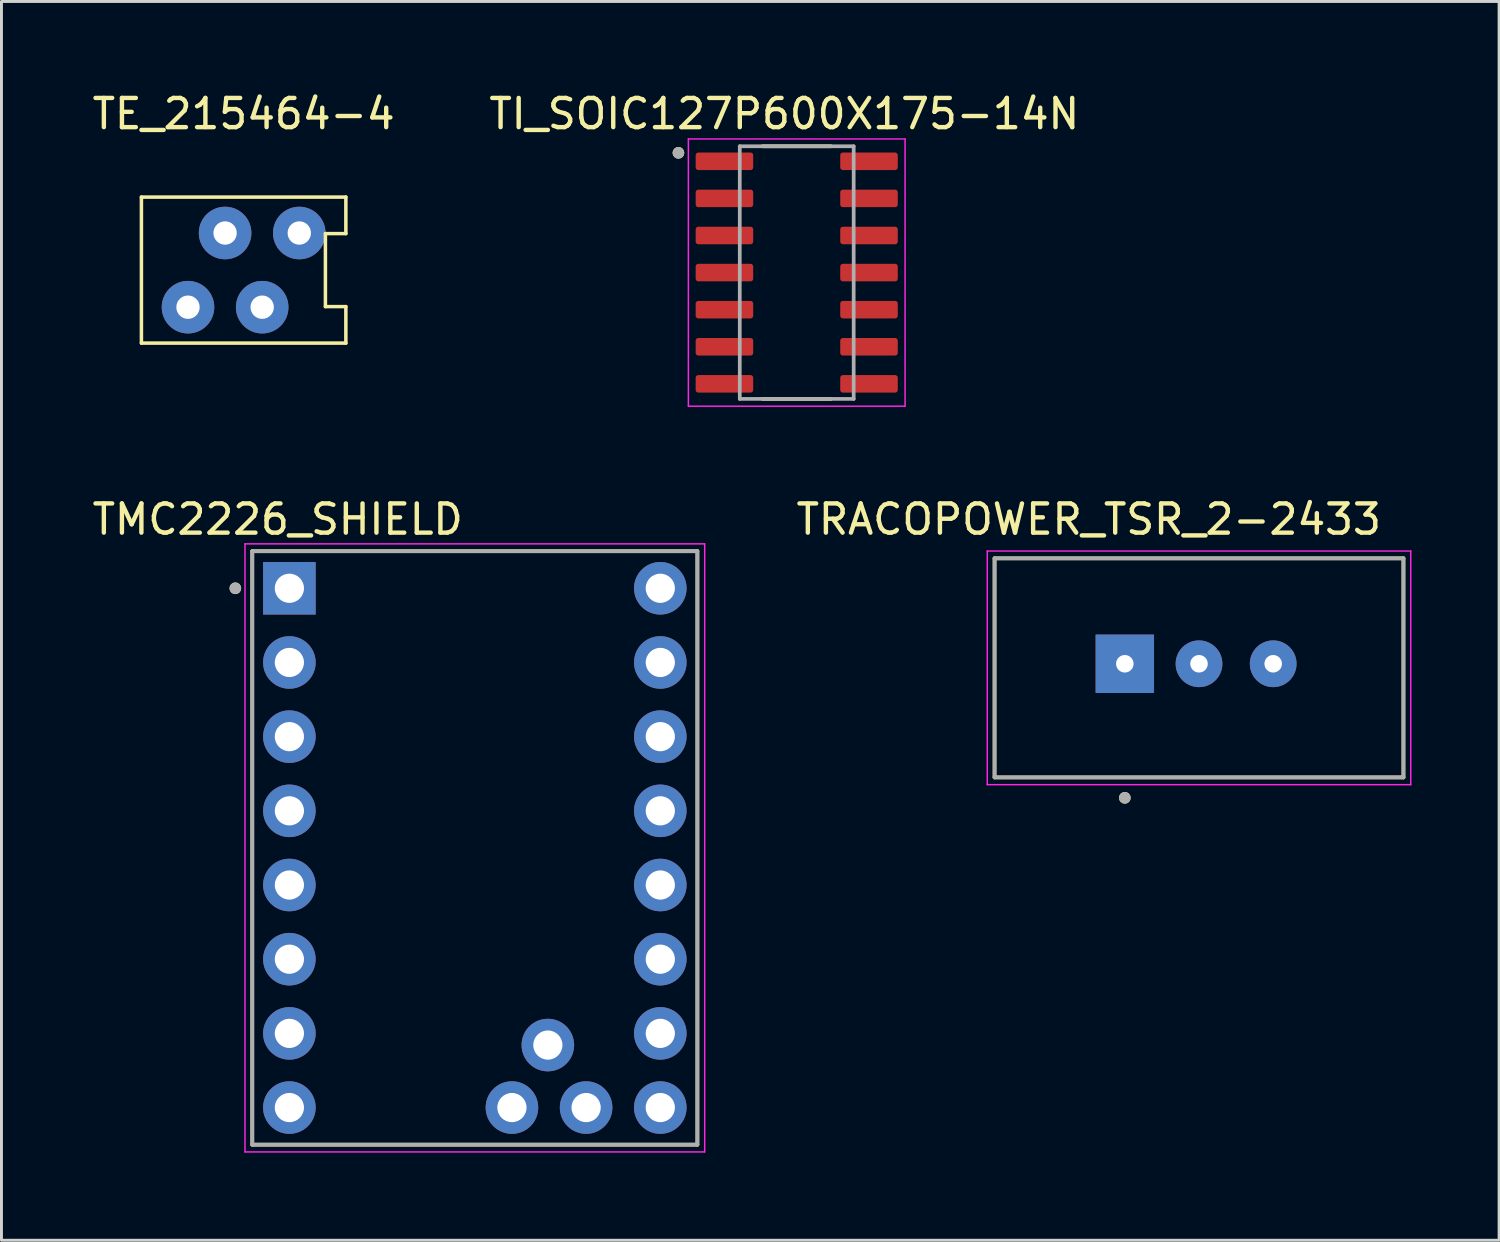
<source format=kicad_pcb>
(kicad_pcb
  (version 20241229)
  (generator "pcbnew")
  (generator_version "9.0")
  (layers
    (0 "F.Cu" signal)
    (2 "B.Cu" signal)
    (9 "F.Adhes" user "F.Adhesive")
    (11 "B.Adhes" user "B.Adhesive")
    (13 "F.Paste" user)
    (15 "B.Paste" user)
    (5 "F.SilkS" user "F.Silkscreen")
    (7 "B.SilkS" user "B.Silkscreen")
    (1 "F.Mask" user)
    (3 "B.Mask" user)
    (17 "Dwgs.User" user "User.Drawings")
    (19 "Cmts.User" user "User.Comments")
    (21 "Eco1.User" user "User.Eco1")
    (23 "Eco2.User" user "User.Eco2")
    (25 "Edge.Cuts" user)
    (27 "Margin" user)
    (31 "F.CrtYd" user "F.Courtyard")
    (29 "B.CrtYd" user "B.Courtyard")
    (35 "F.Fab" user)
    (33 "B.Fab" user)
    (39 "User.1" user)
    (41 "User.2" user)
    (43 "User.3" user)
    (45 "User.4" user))
  (footprint "TMC2226_SHIELD"
    (layer "F.Cu")
    (at 13.208 25.982)
    (property "Reference" "TMC2226_SHIELD" (at -6.75 -11.25 0) (layer "F.SilkS") (effects (font (size 1 1) (thickness 0.15))))
    (attr through_hole)
    (fp_line (start -7.62 -10.16) (end 7.62 -10.16) (stroke (width 0.127) (type solid)) (layer "F.SilkS"))
    (fp_line (start -7.62 10.16) (end -7.62 -10.16) (stroke (width 0.127) (type solid)) (layer "F.SilkS"))
    (fp_line (start 7.62 -10.16) (end 7.62 10.16) (stroke (width 0.127) (type solid)) (layer "F.SilkS"))
    (fp_line (start 7.62 10.16) (end -7.62 10.16) (stroke (width 0.127) (type solid)) (layer "F.SilkS"))
    (fp_circle (center -8.2 -8.89) (end -8.1 -8.89) (stroke (width 0.2) (type solid)) (fill no) (layer "F.SilkS"))
    (fp_line (start -7.87 -10.41) (end 7.87 -10.41) (stroke (width 0.05) (type solid)) (layer "F.CrtYd"))
    (fp_line (start -7.87 10.41) (end -7.87 -10.41) (stroke (width 0.05) (type solid)) (layer "F.CrtYd"))
    (fp_line (start 7.87 -10.41) (end 7.87 10.41) (stroke (width 0.05) (type solid)) (layer "F.CrtYd"))
    (fp_line (start 7.87 10.41) (end -7.87 10.41) (stroke (width 0.05) (type solid)) (layer "F.CrtYd"))
    (fp_line (start -7.62 -10.16) (end 7.62 -10.16) (stroke (width 0.127) (type solid)) (layer "F.Fab"))
    (fp_line (start -7.62 10.16) (end -7.62 -10.16) (stroke (width 0.127) (type solid)) (layer "F.Fab"))
    (fp_line (start 7.62 -10.16) (end 7.62 10.16) (stroke (width 0.127) (type solid)) (layer "F.Fab"))
    (fp_line (start 7.62 10.16) (end -7.62 10.16) (stroke (width 0.127) (type solid)) (layer "F.Fab"))
    (fp_circle (center -8.2 -8.89) (end -8.1 -8.89) (stroke (width 0.2) (type solid)) (fill no) (layer "F.Fab"))
    (pad "1" thru_hole rect (at -6.35 -8.89) (size 1.8 1.8) (drill 1) (layers "*.Cu" "*.Mask"))
    (pad "2" thru_hole circle (at -6.35 -6.35) (size 1.8 1.8) (drill 1) (layers "*.Cu" "*.Mask"))
    (pad "3" thru_hole circle (at -6.35 -3.81) (size 1.8 1.8) (drill 1) (layers "*.Cu" "*.Mask"))
    (pad "4" thru_hole circle (at -6.35 -1.27) (size 1.8 1.8) (drill 1) (layers "*.Cu" "*.Mask"))
    (pad "5" thru_hole circle (at -6.35 1.27) (size 1.8 1.8) (drill 1) (layers "*.Cu" "*.Mask"))
    (pad "6" thru_hole circle (at -6.35 3.81) (size 1.8 1.8) (drill 1) (layers "*.Cu" "*.Mask"))
    (pad "7" thru_hole circle (at -6.35 6.35) (size 1.8 1.8) (drill 1) (layers "*.Cu" "*.Mask"))
    (pad "8" thru_hole circle (at -6.35 8.89) (size 1.8 1.8) (drill 1) (layers "*.Cu" "*.Mask"))
    (pad "9" thru_hole circle (at 6.35 -8.89) (size 1.8 1.8) (drill 1) (layers "*.Cu" "*.Mask"))
    (pad "10" thru_hole circle (at 6.35 -6.35) (size 1.8 1.8) (drill 1) (layers "*.Cu" "*.Mask"))
    (pad "11" thru_hole circle (at 6.35 -3.81) (size 1.8 1.8) (drill 1) (layers "*.Cu" "*.Mask"))
    (pad "12" thru_hole circle (at 6.35 -1.27) (size 1.8 1.8) (drill 1) (layers "*.Cu" "*.Mask"))
    (pad "13" thru_hole circle (at 6.35 1.27) (size 1.8 1.8) (drill 1) (layers "*.Cu" "*.Mask"))
    (pad "14" thru_hole circle (at 6.35 3.81) (size 1.8 1.8) (drill 1) (layers "*.Cu" "*.Mask"))
    (pad "15" thru_hole circle (at 6.35 6.35) (size 1.8 1.8) (drill 1) (layers "*.Cu" "*.Mask"))
    (pad "16" thru_hole circle (at 6.35 8.89) (size 1.8 1.8) (drill 1) (layers "*.Cu" "*.Mask"))
    (pad "17" thru_hole circle (at 3.81 8.89) (size 1.8 1.8) (drill 1) (layers "*.Cu" "*.Mask"))
    (pad "18" thru_hole circle (at 2.5 6.75) (size 1.8 1.8) (drill 1) (layers "*.Cu" "*.Mask"))
    (pad "19" thru_hole circle (at 1.27 8.89) (size 1.8 1.8) (drill 1) (layers "*.Cu" "*.Mask")))
  (footprint "TE_215464-4"
    (layer "F.Cu")
    (at 5.292 6.198)
    (property "Reference" "TE_215464-4" (at 0 -5.35 0) (layer "F.SilkS") (effects (font (size 1 1) (thickness 0.15))))
    (attr through_hole)
    (fp_line (start -3.5 -2.5) (end -3.5 2.5) (stroke (width 0.12) (type solid)) (layer "F.SilkS"))
    (fp_line (start -3.5 -2.5) (end 3.5 -2.5) (stroke (width 0.12) (type solid)) (layer "F.SilkS"))
    (fp_line (start -3.5 2.5) (end 3.5 2.5) (stroke (width 0.12) (type solid)) (layer "F.SilkS"))
    (fp_line (start 2.8 -1.25) (end 2.8 1.25) (stroke (width 0.12) (type solid)) (layer "F.SilkS"))
    (fp_line (start 2.8 1.25) (end 3.5 1.25) (stroke (width 0.12) (type solid)) (layer "F.SilkS"))
    (fp_line (start 3.5 -2.5) (end 3.5 -1.25) (stroke (width 0.12) (type solid)) (layer "F.SilkS"))
    (fp_line (start 3.5 -1.25) (end 2.8 -1.25) (stroke (width 0.12) (type solid)) (layer "F.SilkS"))
    (fp_line (start 3.5 1.25) (end 3.5 2.5) (stroke (width 0.12) (type solid)) (layer "F.SilkS"))
    (pad "1" thru_hole circle (at -1.905 1.27) (size 1.8 1.8) (drill 0.8) (layers "*.Cu" "*.Mask"))
    (pad "2" thru_hole circle (at -0.635 -1.27) (size 1.8 1.8) (drill 0.8) (layers "*.Cu" "*.Mask"))
    (pad "3" thru_hole circle (at 0.635 1.27) (size 1.8 1.8) (drill 0.8) (layers "*.Cu" "*.Mask"))
    (pad "4" thru_hole circle (at 1.905 -1.27) (size 1.8 1.8) (drill 0.8) (layers "*.Cu" "*.Mask")))
  (footprint "TRACOPOWER_TSR_2-2433"
    (layer "F.Cu")
    (at 38.003 19.817)
    (property "Reference" "TRACOPOWER_TSR_2-2433" (at -3.775 -5.085 0) (layer "F.SilkS") (effects (font (size 1 1) (thickness 0.15))))
    (attr through_hole)
    (fp_line (start -7 -3.75) (end 7 -3.75) (stroke (width 0.127) (type solid)) (layer "F.SilkS"))
    (fp_line (start -7 3.75) (end -7 -3.75) (stroke (width 0.127) (type solid)) (layer "F.SilkS"))
    (fp_line (start 7 3.75) (end -7 3.75) (stroke (width 0.127) (type solid)) (layer "F.SilkS"))
    (fp_line (start 7 3.75) (end 7 -3.75) (stroke (width 0.127) (type solid)) (layer "F.SilkS"))
    (fp_circle (center -2.54 4.45) (end -2.44 4.45) (stroke (width 0.2) (type solid)) (fill no) (layer "F.SilkS"))
    (fp_line (start -7.25 -4) (end -7.25 4) (stroke (width 0.05) (type solid)) (layer "F.CrtYd"))
    (fp_line (start -7.25 -4) (end 7.25 -4) (stroke (width 0.05) (type solid)) (layer "F.CrtYd"))
    (fp_line (start 7.25 4) (end -7.25 4) (stroke (width 0.05) (type solid)) (layer "F.CrtYd"))
    (fp_line (start 7.25 4) (end 7.25 -4) (stroke (width 0.05) (type solid)) (layer "F.CrtYd"))
    (fp_line (start -7 -3.75) (end 7 -3.75) (stroke (width 0.127) (type solid)) (layer "F.Fab"))
    (fp_line (start -7 3.75) (end -7 -3.75) (stroke (width 0.127) (type solid)) (layer "F.Fab"))
    (fp_line (start 7 -3.75) (end 7 3.75) (stroke (width 0.127) (type solid)) (layer "F.Fab"))
    (fp_line (start 7 3.75) (end -7 3.75) (stroke (width 0.127) (type solid)) (layer "F.Fab"))
    (fp_circle (center -2.54 4.45) (end -2.44 4.45) (stroke (width 0.2) (type solid)) (fill no) (layer "F.Fab"))
    (pad "1" thru_hole rect (at -2.54 -0.14) (size 2 2) (drill 0.6) (layers "*.Cu" "*.Mask"))
    (pad "2" thru_hole circle (at 0 -0.14) (size 1.6 1.6) (drill 0.6) (layers "*.Cu" "*.Mask"))
    (pad "3" thru_hole circle (at 2.54 -0.14) (size 1.6 1.6) (drill 0.6) (layers "*.Cu" "*.Mask")))
  (footprint "TI_SOIC127P600X175-14N"
    (layer "F.Cu")
    (at 24.229 6.283)
    (property "Reference" "TI_SOIC127P600X175-14N" (at -0.425 -5.435 0) (layer "F.SilkS") (effects (font (size 1 1) (thickness 0.15))))
    (attr smd)
    (fp_line (start -1.17 -4.325) (end 1.17 -4.325) (stroke (width 0.127) (type solid)) (layer "F.SilkS"))
    (fp_line (start -1.17 4.325) (end 1.17 4.325) (stroke (width 0.127) (type solid)) (layer "F.SilkS"))
    (fp_circle (center -4.05 -4.1) (end -3.95 -4.1) (stroke (width 0.2) (type solid)) (fill no) (layer "F.SilkS"))
    (fp_line (start -3.71 -4.575) (end 3.71 -4.575) (stroke (width 0.05) (type solid)) (layer "F.CrtYd"))
    (fp_line (start -3.71 4.575) (end -3.71 -4.575) (stroke (width 0.05) (type solid)) (layer "F.CrtYd"))
    (fp_line (start 3.71 -4.575) (end 3.71 4.575) (stroke (width 0.05) (type solid)) (layer "F.CrtYd"))
    (fp_line (start 3.71 4.575) (end -3.71 4.575) (stroke (width 0.05) (type solid)) (layer "F.CrtYd"))
    (fp_line (start -1.95 -4.325) (end 1.95 -4.325) (stroke (width 0.127) (type solid)) (layer "F.Fab"))
    (fp_line (start -1.95 4.325) (end -1.95 -4.325) (stroke (width 0.127) (type solid)) (layer "F.Fab"))
    (fp_line (start 1.95 -4.325) (end 1.95 4.325) (stroke (width 0.127) (type solid)) (layer "F.Fab"))
    (fp_line (start 1.95 4.325) (end -1.95 4.325) (stroke (width 0.127) (type solid)) (layer "F.Fab"))
    (fp_circle (center -4.05 -4.1) (end -3.95 -4.1) (stroke (width 0.2) (type solid)) (fill no) (layer "F.Fab"))
    (pad "1" smd roundrect (at -2.475 -3.81) (size 1.97 0.6) (layers "F.Cu" "F.Mask" "F.Paste") (roundrect_rratio 0.15))
    (pad "2" smd roundrect (at -2.475 -2.54) (size 1.97 0.6) (layers "F.Cu" "F.Mask" "F.Paste") (roundrect_rratio 0.15))
    (pad "3" smd roundrect (at -2.475 -1.27) (size 1.97 0.6) (layers "F.Cu" "F.Mask" "F.Paste") (roundrect_rratio 0.15))
    (pad "4" smd roundrect (at -2.475 0) (size 1.97 0.6) (layers "F.Cu" "F.Mask" "F.Paste") (roundrect_rratio 0.15))
    (pad "5" smd roundrect (at -2.475 1.27) (size 1.97 0.6) (layers "F.Cu" "F.Mask" "F.Paste") (roundrect_rratio 0.15))
    (pad "6" smd roundrect (at -2.475 2.54) (size 1.97 0.6) (layers "F.Cu" "F.Mask" "F.Paste") (roundrect_rratio 0.15))
    (pad "7" smd roundrect (at -2.475 3.81) (size 1.97 0.6) (layers "F.Cu" "F.Mask" "F.Paste") (roundrect_rratio 0.15))
    (pad "8" smd roundrect (at 2.475 3.81) (size 1.97 0.6) (layers "F.Cu" "F.Mask" "F.Paste") (roundrect_rratio 0.15))
    (pad "9" smd roundrect (at 2.475 2.54) (size 1.97 0.6) (layers "F.Cu" "F.Mask" "F.Paste") (roundrect_rratio 0.15))
    (pad "10" smd roundrect (at 2.475 1.27) (size 1.97 0.6) (layers "F.Cu" "F.Mask" "F.Paste") (roundrect_rratio 0.15))
    (pad "11" smd roundrect (at 2.475 0) (size 1.97 0.6) (layers "F.Cu" "F.Mask" "F.Paste") (roundrect_rratio 0.15))
    (pad "12" smd roundrect (at 2.475 -1.27) (size 1.97 0.6) (layers "F.Cu" "F.Mask" "F.Paste") (roundrect_rratio 0.15))
    (pad "13" smd roundrect (at 2.475 -2.54) (size 1.97 0.6) (layers "F.Cu" "F.Mask" "F.Paste") (roundrect_rratio 0.15))
    (pad "14" smd roundrect (at 2.475 -3.81) (size 1.97 0.6) (layers "F.Cu" "F.Mask" "F.Paste") (roundrect_rratio 0.15)))
  (gr_rect
    (start -3 -3)
    (end 48.278 39.416)
    (stroke (width 0.1) (type default))
    (fill no)
    (layer "Edge.Cuts")))
</source>
